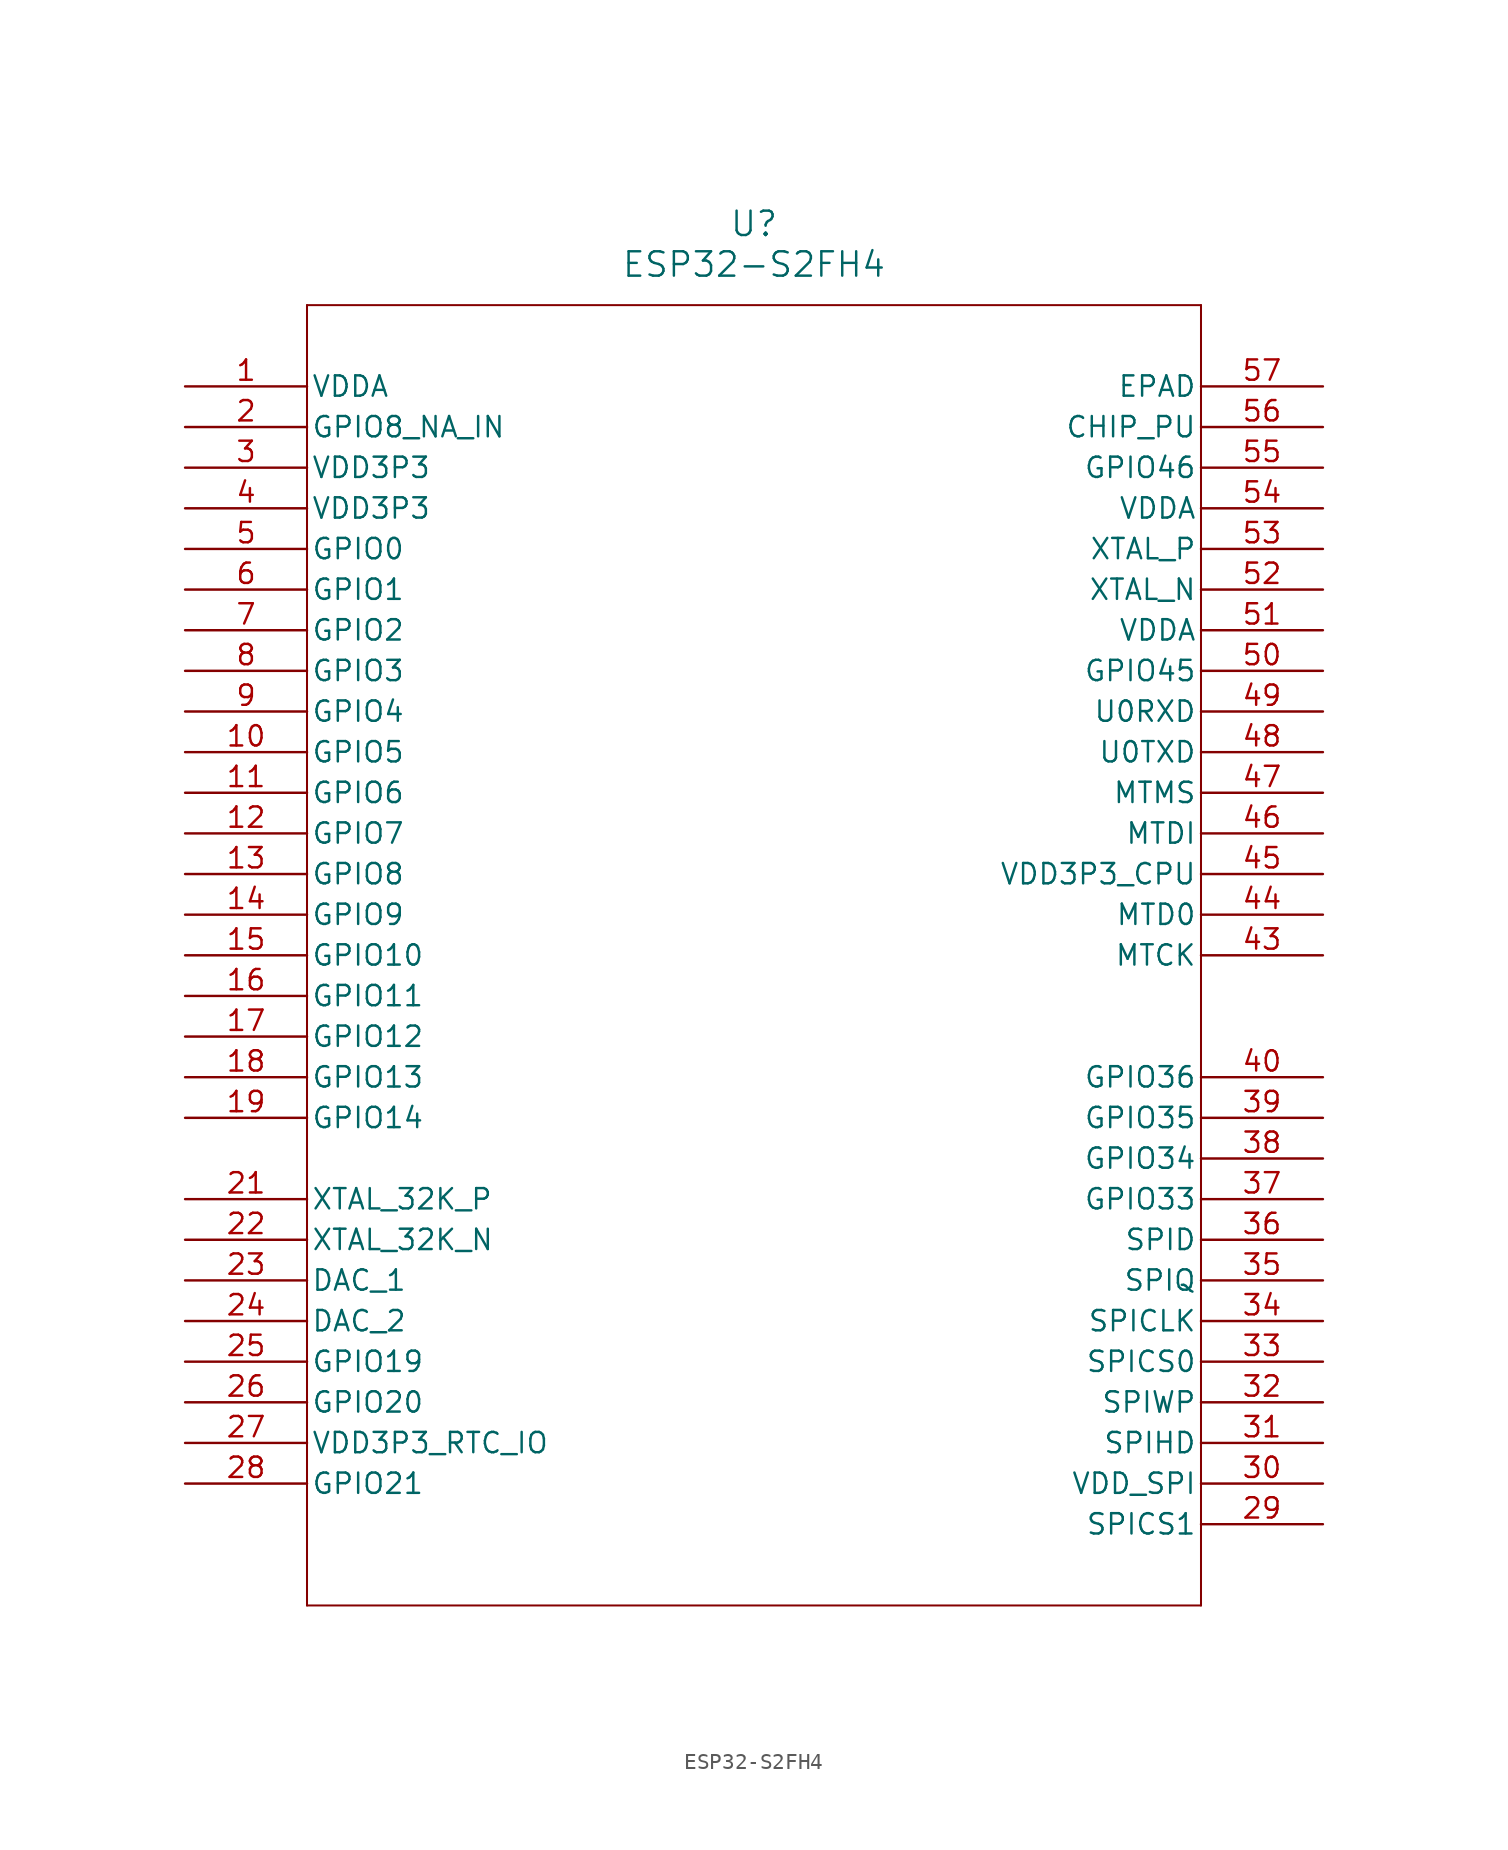
<source format=kicad_sym>
(kicad_symbol_lib
  (version 20211014)
  (generator kicad_symbol_editor)
  (symbol "ESP32-S2FH4"
    (pin_names
      (offset 0.254))
    (property "Reference" "U"
      (at 35.56 10.16 0)
      (effects (font (size 1.524 1.524))))
    (property "Value" "ESP32-S2FH4"
      (at 35.56 7.62 0)
      (effects (font (size 1.524 1.524))))
    (symbol "ESP32-S2FH4_0_1"
      (polyline (pts (xy 7.62 5.08) (xy 7.62 -76.2)) (stroke (width 0.127) (type default) (color 0 0 0 0)) (fill (type none)))
      (polyline (pts (xy 7.62 -76.2) (xy 63.5 -76.2)) (stroke (width 0.127) (type default) (color 0 0 0 0)) (fill (type none)))
      (polyline (pts (xy 63.5 -76.2) (xy 63.5 5.08)) (stroke (width 0.127) (type default) (color 0 0 0 0)) (fill (type none)))
      (polyline (pts (xy 63.5 5.08) (xy 7.62 5.08)) (stroke (width 0.127) (type default) (color 0 0 0 0)) (fill (type none)))
      (pin power_in line (at 0 0 0) (length 7.62) (name "VDDA" (effects (font (size 1.27 1.27)))) (number "1" (effects (font (size 1.27 1.27)))))
      (pin bidirectional line (at 0 -2.54 0) (length 7.62) (name "GPIO8_NA_IN" (effects (font (size 1.27 1.27)))) (number "2" (effects (font (size 1.27 1.27)))))
      (pin power_in line (at 0 -5.08 0) (length 7.62) (name "VDD3P3" (effects (font (size 1.27 1.27)))) (number "3" (effects (font (size 1.27 1.27)))))
      (pin power_in line (at 0 -7.62 0) (length 7.62) (name "VDD3P3" (effects (font (size 1.27 1.27)))) (number "4" (effects (font (size 1.27 1.27)))))
      (pin bidirectional line (at 0 -10.16 0) (length 7.62) (name "GPIO0" (effects (font (size 1.27 1.27)))) (number "5" (effects (font (size 1.27 1.27)))))
      (pin bidirectional line (at 0 -12.7 0) (length 7.62) (name "GPIO1" (effects (font (size 1.27 1.27)))) (number "6" (effects (font (size 1.27 1.27)))))
      (pin bidirectional line (at 0 -15.24 0) (length 7.62) (name "GPIO2" (effects (font (size 1.27 1.27)))) (number "7" (effects (font (size 1.27 1.27)))))
      (pin bidirectional line (at 0 -17.78 0) (length 7.62) (name "GPIO3" (effects (font (size 1.27 1.27)))) (number "8" (effects (font (size 1.27 1.27)))))
      (pin bidirectional line (at 0 -20.32 0) (length 7.62) (name "GPIO4" (effects (font (size 1.27 1.27)))) (number "9" (effects (font (size 1.27 1.27)))))
      (pin bidirectional line (at 0 -22.86 0) (length 7.62) (name "GPIO5" (effects (font (size 1.27 1.27)))) (number "10" (effects (font (size 1.27 1.27)))))
      (pin bidirectional line (at 0 -25.4 0) (length 7.62) (name "GPIO6" (effects (font (size 1.27 1.27)))) (number "11" (effects (font (size 1.27 1.27)))))
      (pin bidirectional line (at 0 -27.94 0) (length 7.62) (name "GPIO7" (effects (font (size 1.27 1.27)))) (number "12" (effects (font (size 1.27 1.27)))))
      (pin bidirectional line (at 0 -30.48 0) (length 7.62) (name "GPIO8" (effects (font (size 1.27 1.27)))) (number "13" (effects (font (size 1.27 1.27)))))
      (pin bidirectional line (at 0 -33.02 0) (length 7.62) (name "GPIO9" (effects (font (size 1.27 1.27)))) (number "14" (effects (font (size 1.27 1.27)))))
      (pin bidirectional line (at 0 -35.56 0) (length 7.62) (name "GPIO10" (effects (font (size 1.27 1.27)))) (number "15" (effects (font (size 1.27 1.27)))))
      (pin bidirectional line (at 0 -38.1 0) (length 7.62) (name "GPIO11" (effects (font (size 1.27 1.27)))) (number "16" (effects (font (size 1.27 1.27)))))
      (pin bidirectional line (at 0 -40.64 0) (length 7.62) (name "GPIO12" (effects (font (size 1.27 1.27)))) (number "17" (effects (font (size 1.27 1.27)))))
      (pin bidirectional line (at 0 -43.18 0) (length 7.62) (name "GPIO13" (effects (font (size 1.27 1.27)))) (number "18" (effects (font (size 1.27 1.27)))))
      (pin bidirectional line (at 0 -45.72 0) (length 7.62) (name "GPIO14" (effects (font (size 1.27 1.27)))) (number "19" (effects (font (size 1.27 1.27)))))
      (pin bidirectional line (at 0 -50.8 0) (length 7.62) (name "XTAL_32K_P" (effects (font (size 1.27 1.27)))) (number "21" (effects (font (size 1.27 1.27)))))
      (pin bidirectional line (at 0 -53.34 0) (length 7.62) (name "XTAL_32K_N" (effects (font (size 1.27 1.27)))) (number "22" (effects (font (size 1.27 1.27)))))
      (pin bidirectional line (at 0 -55.88 0) (length 7.62) (name "DAC_1" (effects (font (size 1.27 1.27)))) (number "23" (effects (font (size 1.27 1.27)))))
      (pin bidirectional line (at 0 -58.42 0) (length 7.62) (name "DAC_2" (effects (font (size 1.27 1.27)))) (number "24" (effects (font (size 1.27 1.27)))))
      (pin bidirectional line (at 0 -60.96 0) (length 7.62) (name "GPIO19" (effects (font (size 1.27 1.27)))) (number "25" (effects (font (size 1.27 1.27)))))
      (pin bidirectional line (at 0 -63.5 0) (length 7.62) (name "GPIO20" (effects (font (size 1.27 1.27)))) (number "26" (effects (font (size 1.27 1.27)))))
      (pin power_in line (at 0 -66.04 0) (length 7.62) (name "VDD3P3_RTC_IO" (effects (font (size 1.27 1.27)))) (number "27" (effects (font (size 1.27 1.27)))))
      (pin bidirectional line (at 0 -68.58 0) (length 7.62) (name "GPIO21" (effects (font (size 1.27 1.27)))) (number "28" (effects (font (size 1.27 1.27)))))
      (pin bidirectional line (at 71.12 -71.12 180) (length 7.62) (name "SPICS1" (effects (font (size 1.27 1.27)))) (number "29" (effects (font (size 1.27 1.27)))))
      (pin power_in line (at 71.12 -68.58 180) (length 7.62) (name "VDD_SPI" (effects (font (size 1.27 1.27)))) (number "30" (effects (font (size 1.27 1.27)))))
      (pin unspecified line (at 71.12 -66.04 180) (length 7.62) (name "SPIHD" (effects (font (size 1.27 1.27)))) (number "31" (effects (font (size 1.27 1.27)))))
      (pin unspecified line (at 71.12 -63.5 180) (length 7.62) (name "SPIWP" (effects (font (size 1.27 1.27)))) (number "32" (effects (font (size 1.27 1.27)))))
      (pin bidirectional line (at 71.12 -60.96 180) (length 7.62) (name "SPICS0" (effects (font (size 1.27 1.27)))) (number "33" (effects (font (size 1.27 1.27)))))
      (pin unspecified line (at 71.12 -58.42 180) (length 7.62) (name "SPICLK" (effects (font (size 1.27 1.27)))) (number "34" (effects (font (size 1.27 1.27)))))
      (pin unspecified line (at 71.12 -55.88 180) (length 7.62) (name "SPIQ" (effects (font (size 1.27 1.27)))) (number "35" (effects (font (size 1.27 1.27)))))
      (pin unspecified line (at 71.12 -53.34 180) (length 7.62) (name "SPID" (effects (font (size 1.27 1.27)))) (number "36" (effects (font (size 1.27 1.27)))))
      (pin bidirectional line (at 71.12 -50.8 180) (length 7.62) (name "GPIO33" (effects (font (size 1.27 1.27)))) (number "37" (effects (font (size 1.27 1.27)))))
      (pin bidirectional line (at 71.12 -48.26 180) (length 7.62) (name "GPIO34" (effects (font (size 1.27 1.27)))) (number "38" (effects (font (size 1.27 1.27)))))
      (pin bidirectional line (at 71.12 -45.72 180) (length 7.62) (name "GPIO35" (effects (font (size 1.27 1.27)))) (number "39" (effects (font (size 1.27 1.27)))))
      (pin bidirectional line (at 71.12 -43.18 180) (length 7.62) (name "GPIO36" (effects (font (size 1.27 1.27)))) (number "40" (effects (font (size 1.27 1.27)))))
      (pin unspecified line (at 71.12 -35.56 180) (length 7.62) (name "MTCK" (effects (font (size 1.27 1.27)))) (number "43" (effects (font (size 1.27 1.27)))))
      (pin bidirectional line (at 71.12 -33.02 180) (length 7.62) (name "MTD0" (effects (font (size 1.27 1.27)))) (number "44" (effects (font (size 1.27 1.27)))))
      (pin power_in line (at 71.12 -30.48 180) (length 7.62) (name "VDD3P3_CPU" (effects (font (size 1.27 1.27)))) (number "45" (effects (font (size 1.27 1.27)))))
      (pin unspecified line (at 71.12 -27.94 180) (length 7.62) (name "MTDI" (effects (font (size 1.27 1.27)))) (number "46" (effects (font (size 1.27 1.27)))))
      (pin unspecified line (at 71.12 -25.4 180) (length 7.62) (name "MTMS" (effects (font (size 1.27 1.27)))) (number "47" (effects (font (size 1.27 1.27)))))
      (pin bidirectional line (at 71.12 -22.86 180) (length 7.62) (name "U0TXD" (effects (font (size 1.27 1.27)))) (number "48" (effects (font (size 1.27 1.27)))))
      (pin bidirectional line (at 71.12 -20.32 180) (length 7.62) (name "U0RXD" (effects (font (size 1.27 1.27)))) (number "49" (effects (font (size 1.27 1.27)))))
      (pin bidirectional line (at 71.12 -17.78 180) (length 7.62) (name "GPIO45" (effects (font (size 1.27 1.27)))) (number "50" (effects (font (size 1.27 1.27)))))
      (pin power_in line (at 71.12 -15.24 180) (length 7.62) (name "VDDA" (effects (font (size 1.27 1.27)))) (number "51" (effects (font (size 1.27 1.27)))))
      (pin unspecified line (at 71.12 -12.7 180) (length 7.62) (name "XTAL_N" (effects (font (size 1.27 1.27)))) (number "52" (effects (font (size 1.27 1.27)))))
      (pin unspecified line (at 71.12 -10.16 180) (length 7.62) (name "XTAL_P" (effects (font (size 1.27 1.27)))) (number "53" (effects (font (size 1.27 1.27)))))
      (pin power_in line (at 71.12 -7.62 180) (length 7.62) (name "VDDA" (effects (font (size 1.27 1.27)))) (number "54" (effects (font (size 1.27 1.27)))))
      (pin bidirectional line (at 71.12 -5.08 180) (length 7.62) (name "GPIO46" (effects (font (size 1.27 1.27)))) (number "55" (effects (font (size 1.27 1.27)))))
      (pin unspecified line (at 71.12 -2.54 180) (length 7.62) (name "CHIP_PU" (effects (font (size 1.27 1.27)))) (number "56" (effects (font (size 1.27 1.27)))))
      (pin unspecified line (at 71.12 0 180) (length 7.62) (name "EPAD" (effects (font (size 1.27 1.27)))) (number "57" (effects (font (size 1.27 1.27))))))))
</source>
